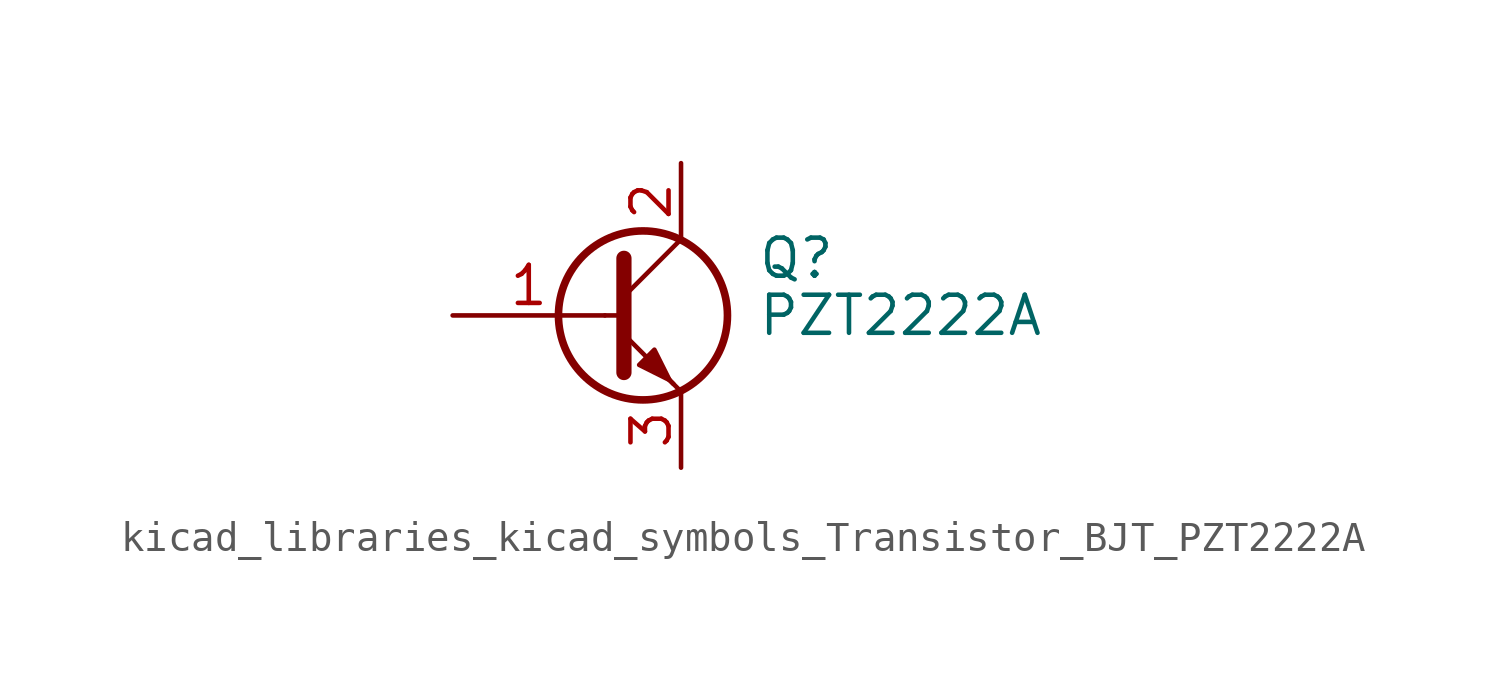
<source format=kicad_sym>
(kicad_symbol_lib
  (version 20220914)
  (generator kicad_symbol_editor)
  (symbol "kicad_libraries_kicad_symbols_Transistor_BJT_PZT2222A"
    (pin_names
      (offset 0) hide)
    (property "Reference" "Q"
      (at 5.08 1.905 0)
      (effects (font (size 1.27 1.27)) (justify left)))
    (property "Value" "PZT2222A"
      (at 5.08 0 0)
      (effects (font (size 1.27 1.27)) (justify left)))
    (symbol "kicad_libraries_kicad_symbols_Transistor_BJT_PZT2222A_0_1"
      (polyline (pts (xy 0 0) (xy 0.635 0)) (stroke (width 0) (type default)) (fill (type none)))
      (polyline (pts (xy 2.54 -2.54) (xy 0.635 -0.635)) (stroke (width 0) (type default)) (fill (type none)))
      (polyline (pts (xy 2.54 2.54) (xy 0.635 0.635)) (stroke (width 0) (type default)) (fill (type none)))
      (polyline (pts (xy 0.635 1.905) (xy 0.635 -1.905) (xy 0.635 -1.905)) (stroke (width 0.508) (type default)) (fill (type none)))
      (polyline (pts (xy 2.286 -2.286) (xy 1.778 -1.778) (xy 1.778 -1.778)) (stroke (width 0) (type default)) (fill (type none)))
      (polyline (pts (xy 1.143 -1.651) (xy 1.651 -1.143) (xy 2.159 -2.159) (xy 1.143 -1.651) (xy 1.143 -1.651)) (stroke (width 0) (type default)) (fill (type outline)))
      (circle (center 1.27 0) (radius 2.819) (stroke (width 0.254) (type default)) (fill (type none))))
    (symbol "kicad_libraries_kicad_symbols_Transistor_BJT_PZT2222A_1_1"
      (pin input line (at -5.08 0 0) (length 5.08) (name "B" (effects (font (size 1.27 1.27)))) (number "1" (effects (font (size 1.27 1.27)))))
      (pin passive line (at 2.54 5.08 270) (length 2.54) (name "C" (effects (font (size 1.27 1.27)))) (number "2" (effects (font (size 1.27 1.27)))))
      (pin passive line (at 2.54 -5.08 90) (length 2.54) (name "E" (effects (font (size 1.27 1.27)))) (number "3" (effects (font (size 1.27 1.27))))))))
</source>
